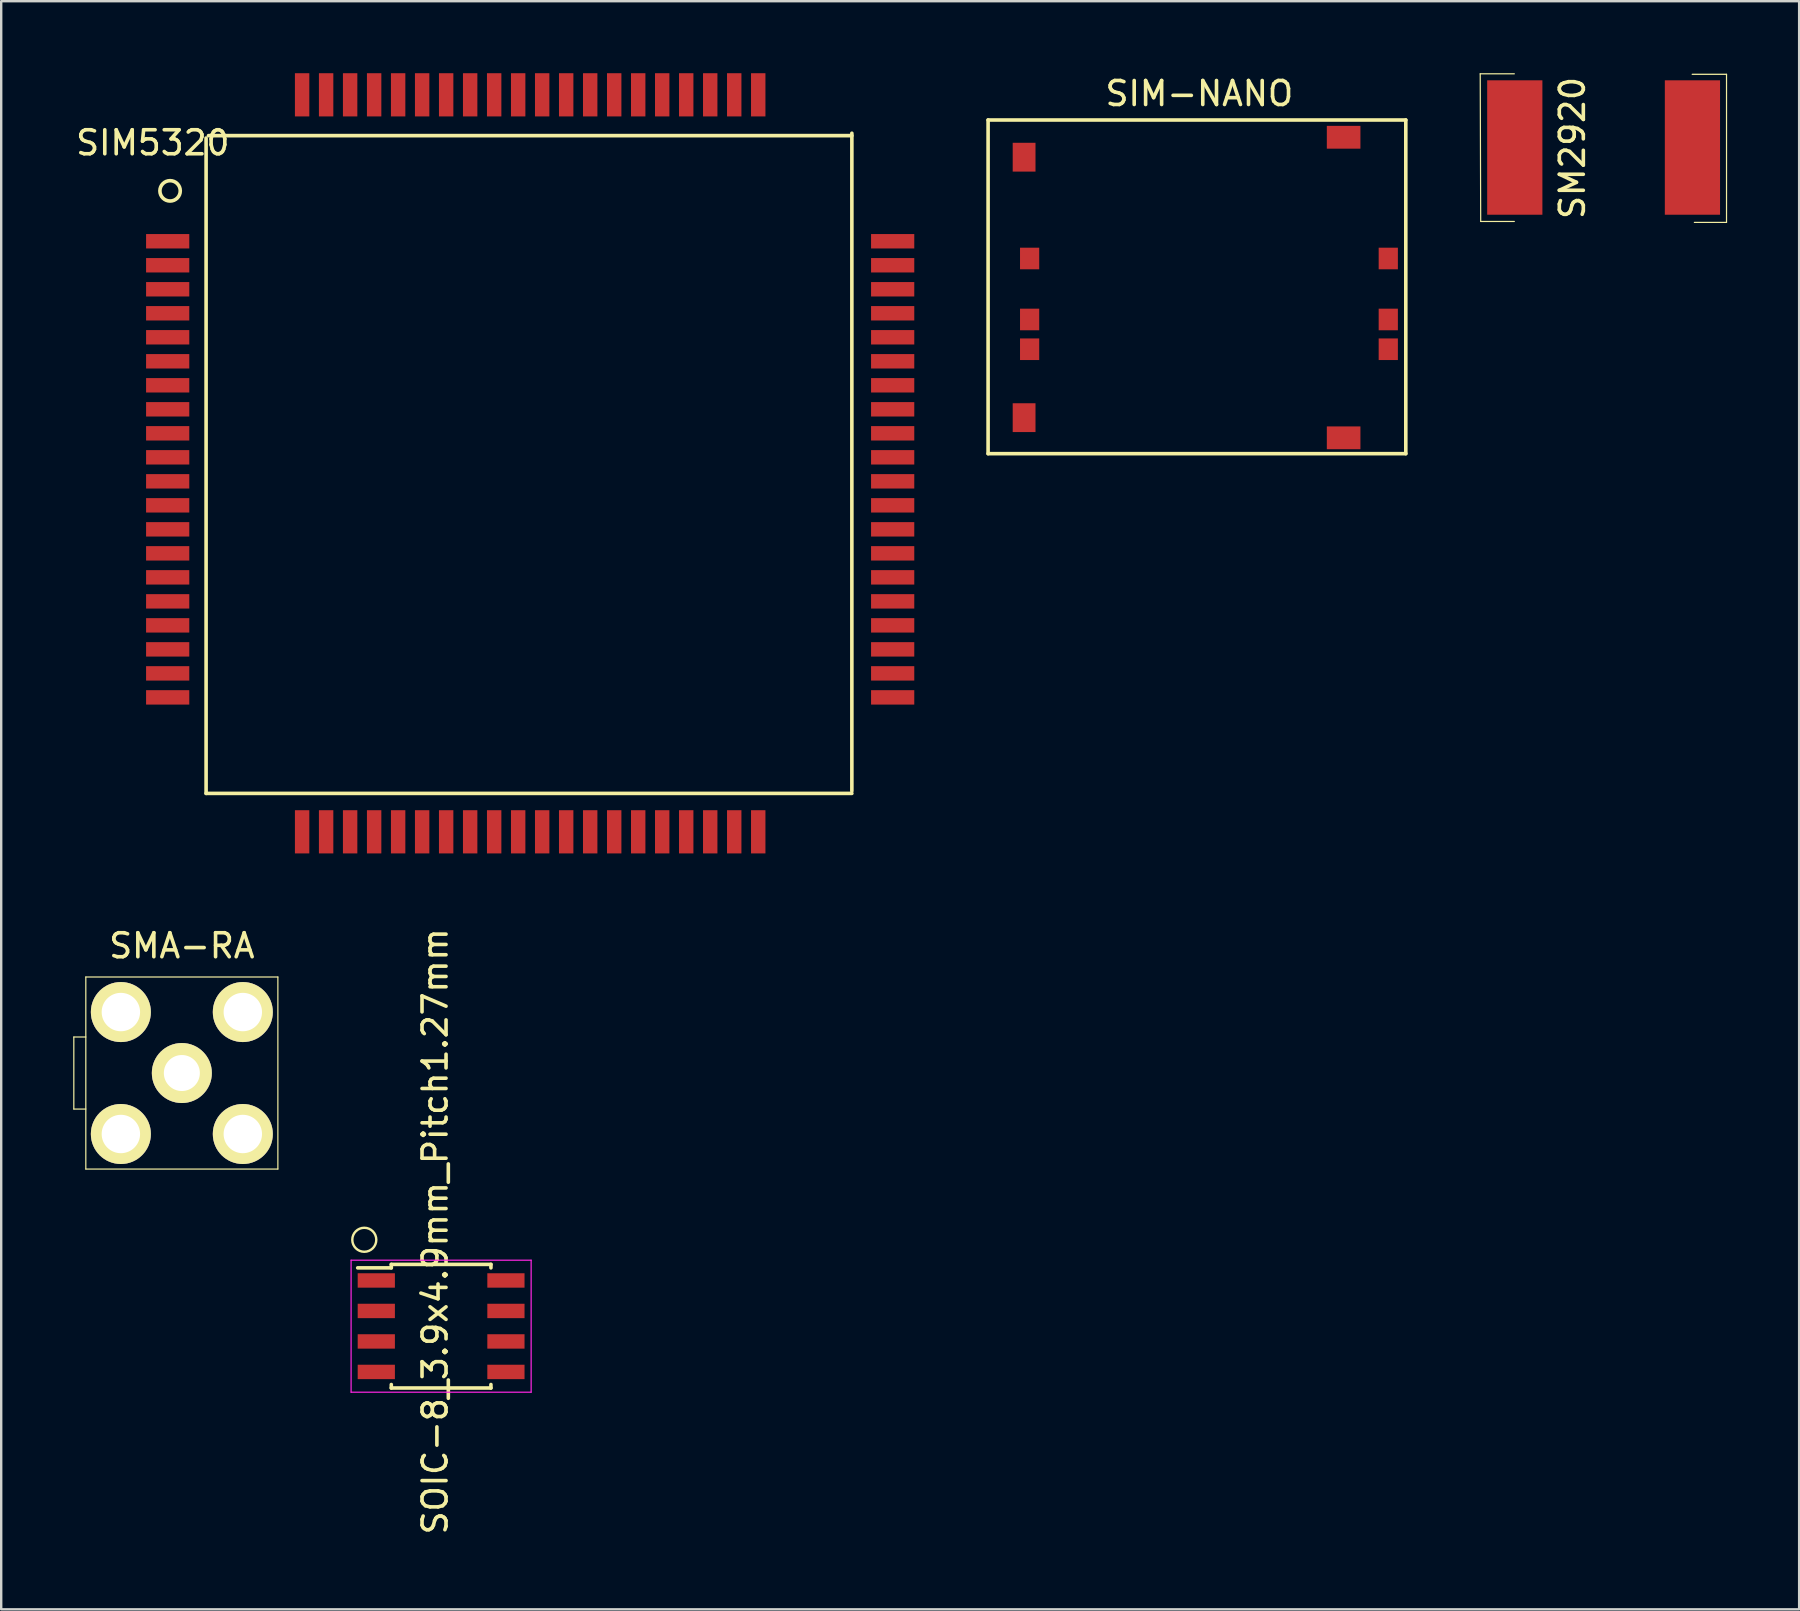
<source format=kicad_pcb>
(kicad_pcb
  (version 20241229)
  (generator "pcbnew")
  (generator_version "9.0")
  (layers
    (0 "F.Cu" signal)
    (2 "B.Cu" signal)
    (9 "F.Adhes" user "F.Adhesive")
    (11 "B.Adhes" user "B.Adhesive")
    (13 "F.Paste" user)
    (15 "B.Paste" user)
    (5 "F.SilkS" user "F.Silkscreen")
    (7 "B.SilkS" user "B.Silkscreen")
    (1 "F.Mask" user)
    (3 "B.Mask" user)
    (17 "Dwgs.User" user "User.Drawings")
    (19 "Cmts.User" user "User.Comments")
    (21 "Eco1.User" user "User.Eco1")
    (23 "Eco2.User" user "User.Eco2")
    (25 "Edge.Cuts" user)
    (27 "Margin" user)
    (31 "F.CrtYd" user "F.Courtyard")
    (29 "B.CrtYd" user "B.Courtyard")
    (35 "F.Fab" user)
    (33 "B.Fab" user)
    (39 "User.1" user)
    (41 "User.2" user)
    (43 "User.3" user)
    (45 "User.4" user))
  (footprint "SM2920"
    (layer "F.Cu")
    (at 60.05 3.095)
    (property "Reference" "SM2920" (at 2.4 0.02 90) (layer "F.SilkS") (effects (font (size 1 1) (thickness 0.15))))
    (attr through_hole)
    (fp_line (start -1.44 -3.07) (end -1.42 3.08) (stroke (width 0.05) (type solid)) (layer "F.SilkS"))
    (fp_line (start -1.42 3.08) (end -0.02 3.08) (stroke (width 0.05) (type solid)) (layer "F.SilkS"))
    (fp_line (start -0.02 -3.07) (end -1.44 -3.07) (stroke (width 0.05) (type solid)) (layer "F.SilkS"))
    (fp_line (start 7.39 -3.05) (end 8.82 -3.05) (stroke (width 0.05) (type solid)) (layer "F.SilkS"))
    (fp_line (start 8.82 -3.05) (end 8.82 3.12) (stroke (width 0.05) (type solid)) (layer "F.SilkS"))
    (fp_line (start 8.82 3.12) (end 7.48 3.12) (stroke (width 0.05) (type solid)) (layer "F.SilkS"))
    (pad "1" smd rect (at 0 0) (size 2.3 5.6) (layers "F.Cu" "F.Mask" "F.Paste"))
    (pad "2" smd rect (at 7.4 0) (size 2.3 5.6) (layers "F.Cu" "F.Mask" "F.Paste")))
  (footprint "SIM5320"
    (layer "F.Cu")
    (at 3.935 7)
    (property "Reference" "SIM5320" (at -0.62 -4.1 0) (layer "F.SilkS") (effects (font (size 1 1) (thickness 0.15))))
    (attr through_hole)
    (fp_line (start 1.6 -4.3) (end 1.6 23) (stroke (width 0.15) (type solid)) (layer "F.SilkS"))
    (fp_line (start 1.6 23) (end 28.5 23) (stroke (width 0.15) (type solid)) (layer "F.SilkS"))
    (fp_line (start 28.5 -4.4) (end 1.7 -4.4) (stroke (width 0.15) (type solid)) (layer "F.SilkS"))
    (fp_line (start 28.5 22.9) (end 28.5 -4.5) (stroke (width 0.15) (type solid)) (layer "F.SilkS"))
    (fp_circle (center 0.1 -2.1) (end 0.4 -1.8) (stroke (width 0.15) (type solid)) (fill no) (layer "F.SilkS"))
    (pad "1" smd rect (at 0 0) (size 1.8 0.6) (layers "F.Cu" "F.Mask" "F.Paste"))
    (pad "2" smd rect (at 0 1) (size 1.8 0.6) (layers "F.Cu" "F.Mask" "F.Paste"))
    (pad "3" smd rect (at 0 2) (size 1.8 0.6) (layers "F.Cu" "F.Mask" "F.Paste"))
    (pad "4" smd rect (at 0 3) (size 1.8 0.6) (layers "F.Cu" "F.Mask" "F.Paste"))
    (pad "5" smd rect (at 0 4) (size 1.8 0.6) (layers "F.Cu" "F.Mask" "F.Paste"))
    (pad "6" smd rect (at 0 5) (size 1.8 0.6) (layers "F.Cu" "F.Mask" "F.Paste"))
    (pad "7" smd rect (at 0 6) (size 1.8 0.6) (layers "F.Cu" "F.Mask" "F.Paste"))
    (pad "8" smd rect (at 0 7) (size 1.8 0.6) (layers "F.Cu" "F.Mask" "F.Paste"))
    (pad "9" smd rect (at 0 8) (size 1.8 0.6) (layers "F.Cu" "F.Mask" "F.Paste"))
    (pad "10" smd rect (at 0 9) (size 1.8 0.6) (layers "F.Cu" "F.Mask" "F.Paste"))
    (pad "11" smd rect (at 0 10) (size 1.8 0.6) (layers "F.Cu" "F.Mask" "F.Paste"))
    (pad "12" smd rect (at 0 11) (size 1.8 0.6) (layers "F.Cu" "F.Mask" "F.Paste"))
    (pad "13" smd rect (at 0 12) (size 1.8 0.6) (layers "F.Cu" "F.Mask" "F.Paste"))
    (pad "14" smd rect (at 0 13) (size 1.8 0.6) (layers "F.Cu" "F.Mask" "F.Paste"))
    (pad "15" smd rect (at 0 14) (size 1.8 0.6) (layers "F.Cu" "F.Mask" "F.Paste"))
    (pad "16" smd rect (at 0 15) (size 1.8 0.6) (layers "F.Cu" "F.Mask" "F.Paste"))
    (pad "17" smd rect (at 0 16) (size 1.8 0.6) (layers "F.Cu" "F.Mask" "F.Paste"))
    (pad "18" smd rect (at 0 17) (size 1.8 0.6) (layers "F.Cu" "F.Mask" "F.Paste"))
    (pad "19" smd rect (at 0 18) (size 1.8 0.6) (layers "F.Cu" "F.Mask" "F.Paste"))
    (pad "20" smd rect (at 0 19) (size 1.8 0.6) (layers "F.Cu" "F.Mask" "F.Paste"))
    (pad "21" smd rect (at 5.6 24.6) (size 0.6 1.8) (layers "F.Cu" "F.Mask" "F.Paste"))
    (pad "22" smd rect (at 6.6 24.6) (size 0.6 1.8) (layers "F.Cu" "F.Mask" "F.Paste"))
    (pad "23" smd rect (at 7.6 24.6) (size 0.6 1.8) (layers "F.Cu" "F.Mask" "F.Paste"))
    (pad "24" smd rect (at 8.6 24.6) (size 0.6 1.8) (layers "F.Cu" "F.Mask" "F.Paste"))
    (pad "25" smd rect (at 9.6 24.6) (size 0.6 1.8) (layers "F.Cu" "F.Mask" "F.Paste"))
    (pad "26" smd rect (at 10.6 24.6) (size 0.6 1.8) (layers "F.Cu" "F.Mask" "F.Paste"))
    (pad "27" smd rect (at 11.6 24.6) (size 0.6 1.8) (layers "F.Cu" "F.Mask" "F.Paste"))
    (pad "28" smd rect (at 12.6 24.6) (size 0.6 1.8) (layers "F.Cu" "F.Mask" "F.Paste"))
    (pad "29" smd rect (at 13.6 24.6) (size 0.6 1.8) (layers "F.Cu" "F.Mask" "F.Paste"))
    (pad "30" smd rect (at 14.6 24.6) (size 0.6 1.8) (layers "F.Cu" "F.Mask" "F.Paste"))
    (pad "31" smd rect (at 15.6 24.6) (size 0.6 1.8) (layers "F.Cu" "F.Mask" "F.Paste"))
    (pad "32" smd rect (at 16.6 24.6) (size 0.6 1.8) (layers "F.Cu" "F.Mask" "F.Paste"))
    (pad "33" smd rect (at 17.6 24.6) (size 0.6 1.8) (layers "F.Cu" "F.Mask" "F.Paste"))
    (pad "34" smd rect (at 18.6 24.6) (size 0.6 1.8) (layers "F.Cu" "F.Mask" "F.Paste"))
    (pad "35" smd rect (at 19.6 24.6) (size 0.6 1.8) (layers "F.Cu" "F.Mask" "F.Paste"))
    (pad "36" smd rect (at 20.6 24.6) (size 0.6 1.8) (layers "F.Cu" "F.Mask" "F.Paste"))
    (pad "37" smd rect (at 21.6 24.6) (size 0.6 1.8) (layers "F.Cu" "F.Mask" "F.Paste"))
    (pad "38" smd rect (at 22.6 24.6) (size 0.6 1.8) (layers "F.Cu" "F.Mask" "F.Paste"))
    (pad "39" smd rect (at 23.6 24.6) (size 0.6 1.8) (layers "F.Cu" "F.Mask" "F.Paste"))
    (pad "40" smd rect (at 24.6 24.6) (size 0.6 1.8) (layers "F.Cu" "F.Mask" "F.Paste"))
    (pad "41" smd rect (at 30.2 19) (size 1.8 0.6) (layers "F.Cu" "F.Mask" "F.Paste"))
    (pad "42" smd rect (at 30.2 18) (size 1.8 0.6) (layers "F.Cu" "F.Mask" "F.Paste"))
    (pad "43" smd rect (at 30.2 17) (size 1.8 0.6) (layers "F.Cu" "F.Mask" "F.Paste"))
    (pad "44" smd rect (at 30.2 16) (size 1.8 0.6) (layers "F.Cu" "F.Mask" "F.Paste"))
    (pad "45" smd rect (at 30.2 15) (size 1.8 0.6) (layers "F.Cu" "F.Mask" "F.Paste"))
    (pad "46" smd rect (at 30.2 14) (size 1.8 0.6) (layers "F.Cu" "F.Mask" "F.Paste"))
    (pad "47" smd rect (at 30.2 13) (size 1.8 0.6) (layers "F.Cu" "F.Mask" "F.Paste"))
    (pad "48" smd rect (at 30.2 12) (size 1.8 0.6) (layers "F.Cu" "F.Mask" "F.Paste"))
    (pad "49" smd rect (at 30.2 11) (size 1.8 0.6) (layers "F.Cu" "F.Mask" "F.Paste"))
    (pad "50" smd rect (at 30.2 10) (size 1.8 0.6) (layers "F.Cu" "F.Mask" "F.Paste"))
    (pad "51" smd rect (at 30.2 9) (size 1.8 0.6) (layers "F.Cu" "F.Mask" "F.Paste"))
    (pad "52" smd rect (at 30.2 8) (size 1.8 0.6) (layers "F.Cu" "F.Mask" "F.Paste"))
    (pad "53" smd rect (at 30.2 7) (size 1.8 0.6) (layers "F.Cu" "F.Mask" "F.Paste"))
    (pad "54" smd rect (at 30.2 6) (size 1.8 0.6) (layers "F.Cu" "F.Mask" "F.Paste"))
    (pad "55" smd rect (at 30.2 5) (size 1.8 0.6) (layers "F.Cu" "F.Mask" "F.Paste"))
    (pad "56" smd rect (at 30.2 4) (size 1.8 0.6) (layers "F.Cu" "F.Mask" "F.Paste"))
    (pad "57" smd rect (at 30.2 3) (size 1.8 0.6) (layers "F.Cu" "F.Mask" "F.Paste"))
    (pad "58" smd rect (at 30.2 2) (size 1.8 0.6) (layers "F.Cu" "F.Mask" "F.Paste"))
    (pad "59" smd rect (at 30.2 1) (size 1.8 0.6) (layers "F.Cu" "F.Mask" "F.Paste"))
    (pad "60" smd rect (at 30.2 0) (size 1.8 0.6) (layers "F.Cu" "F.Mask" "F.Paste"))
    (pad "61" smd rect (at 24.6 -6.1) (size 0.6 1.8) (layers "F.Cu" "F.Mask" "F.Paste"))
    (pad "62" smd rect (at 23.6 -6.1) (size 0.6 1.8) (layers "F.Cu" "F.Mask" "F.Paste"))
    (pad "63" smd rect (at 22.6 -6.1) (size 0.6 1.8) (layers "F.Cu" "F.Mask" "F.Paste"))
    (pad "64" smd rect (at 21.6 -6.1) (size 0.6 1.8) (layers "F.Cu" "F.Mask" "F.Paste"))
    (pad "65" smd rect (at 20.6 -6.1) (size 0.6 1.8) (layers "F.Cu" "F.Mask" "F.Paste"))
    (pad "66" smd rect (at 19.6 -6.1) (size 0.6 1.8) (layers "F.Cu" "F.Mask" "F.Paste"))
    (pad "67" smd rect (at 18.6 -6.1) (size 0.6 1.8) (layers "F.Cu" "F.Mask" "F.Paste"))
    (pad "68" smd rect (at 17.6 -6.1) (size 0.6 1.8) (layers "F.Cu" "F.Mask" "F.Paste"))
    (pad "69" smd rect (at 16.6 -6.1) (size 0.6 1.8) (layers "F.Cu" "F.Mask" "F.Paste"))
    (pad "70" smd rect (at 15.6 -6.1) (size 0.6 1.8) (layers "F.Cu" "F.Mask" "F.Paste"))
    (pad "71" smd rect (at 14.6 -6.1) (size 0.6 1.8) (layers "F.Cu" "F.Mask" "F.Paste"))
    (pad "72" smd rect (at 13.6 -6.1) (size 0.6 1.8) (layers "F.Cu" "F.Mask" "F.Paste"))
    (pad "73" smd rect (at 12.6 -6.1) (size 0.6 1.8) (layers "F.Cu" "F.Mask" "F.Paste"))
    (pad "74" smd rect (at 11.6 -6.1) (size 0.6 1.8) (layers "F.Cu" "F.Mask" "F.Paste"))
    (pad "75" smd rect (at 10.6 -6.1) (size 0.6 1.8) (layers "F.Cu" "F.Mask" "F.Paste"))
    (pad "76" smd rect (at 9.6 -6.1) (size 0.6 1.8) (layers "F.Cu" "F.Mask" "F.Paste"))
    (pad "77" smd rect (at 8.6 -6.1) (size 0.6 1.8) (layers "F.Cu" "F.Mask" "F.Paste"))
    (pad "78" smd rect (at 7.6 -6.1) (size 0.6 1.8) (layers "F.Cu" "F.Mask" "F.Paste"))
    (pad "79" smd rect (at 6.6 -6.1) (size 0.6 1.8) (layers "F.Cu" "F.Mask" "F.Paste"))
    (pad "80" smd rect (at 5.6 -6.1) (size 0.6 1.8) (layers "F.Cu" "F.Mask" "F.Paste")))
  (footprint "SOIC-8_3.9x4.9mm_Pitch1.27mm"
    (layer "F.Cu")
    (at 15.325 52.194)
    (property "Reference" "SOIC-8_3.9x4.9mm_Pitch1.27mm" (at -0.25 -3.95 270) (layer "F.SilkS") (effects (font (size 1 1) (thickness 0.15))))
    (attr smd)
    (fp_line (start -2.075 -2.575) (end -2.075 -2.43) (stroke (width 0.15) (type solid)) (layer "F.SilkS"))
    (fp_line (start -2.075 -2.575) (end 2.075 -2.575) (stroke (width 0.15) (type solid)) (layer "F.SilkS"))
    (fp_line (start -2.075 -2.43) (end -3.475 -2.43) (stroke (width 0.15) (type solid)) (layer "F.SilkS"))
    (fp_line (start -2.075 2.575) (end -2.075 2.43) (stroke (width 0.15) (type solid)) (layer "F.SilkS"))
    (fp_line (start -2.075 2.575) (end 2.075 2.575) (stroke (width 0.15) (type solid)) (layer "F.SilkS"))
    (fp_line (start 2.075 -2.575) (end 2.075 -2.43) (stroke (width 0.15) (type solid)) (layer "F.SilkS"))
    (fp_line (start 2.075 2.575) (end 2.075 2.43) (stroke (width 0.15) (type solid)) (layer "F.SilkS"))
    (fp_circle (center -3.2 -3.6) (end -2.8 -3.3) (stroke (width 0.1) (type solid)) (fill no) (layer "F.SilkS"))
    (fp_line (start -3.75 -2.75) (end -3.75 2.75) (stroke (width 0.05) (type solid)) (layer "F.CrtYd"))
    (fp_line (start -3.75 -2.75) (end 3.75 -2.75) (stroke (width 0.05) (type solid)) (layer "F.CrtYd"))
    (fp_line (start -3.75 2.75) (end 3.75 2.75) (stroke (width 0.05) (type solid)) (layer "F.CrtYd"))
    (fp_line (start 3.75 -2.75) (end 3.75 2.75) (stroke (width 0.05) (type solid)) (layer "F.CrtYd"))
    (pad "1" smd rect (at -2.7 -1.905) (size 1.55 0.6) (layers "F.Cu" "F.Mask" "F.Paste"))
    (pad "2" smd rect (at -2.7 -0.635) (size 1.55 0.6) (layers "F.Cu" "F.Mask" "F.Paste"))
    (pad "3" smd rect (at -2.7 0.635) (size 1.55 0.6) (layers "F.Cu" "F.Mask" "F.Paste"))
    (pad "4" smd rect (at -2.7 1.905) (size 1.55 0.6) (layers "F.Cu" "F.Mask" "F.Paste"))
    (pad "5" smd rect (at 2.7 1.905) (size 1.55 0.6) (layers "F.Cu" "F.Mask" "F.Paste"))
    (pad "6" smd rect (at 2.7 0.635) (size 1.55 0.6) (layers "F.Cu" "F.Mask" "F.Paste"))
    (pad "7" smd rect (at 2.7 -0.635) (size 1.55 0.6) (layers "F.Cu" "F.Mask" "F.Paste"))
    (pad "8" smd rect (at 2.7 -1.905) (size 1.55 0.6) (layers "F.Cu" "F.Mask" "F.Paste")))
  (footprint "SIM-NANO"
    (layer "F.Cu")
    (at 39.61 14.348)
    (property "Reference" "SIM-NANO" (at 7.3 -13.5 0) (layer "F.SilkS") (effects (font (size 1 1) (thickness 0.15))))
    (attr through_hole)
    (fp_line (start -1.5 -12.4) (end -1.5 1.5) (stroke (width 0.15) (type solid)) (layer "F.SilkS"))
    (fp_line (start -1.5 1.5) (end 15.9 1.5) (stroke (width 0.15) (type solid)) (layer "F.SilkS"))
    (fp_line (start 15.9 -12.4) (end -1.5 -12.4) (stroke (width 0.15) (type solid)) (layer "F.SilkS"))
    (fp_line (start 15.9 1.5) (end 15.9 -12.4) (stroke (width 0.15) (type solid)) (layer "F.SilkS"))
    (pad "C1" smd rect (at 0.23 -2.85) (size 0.8 0.9) (layers "F.Cu" "F.Mask" "F.Paste"))
    (pad "C2" smd rect (at 0.23 -4.09) (size 0.8 0.9) (layers "F.Cu" "F.Mask" "F.Paste"))
    (pad "C3" smd rect (at 0.23 -6.63) (size 0.8 0.9) (layers "F.Cu" "F.Mask" "F.Paste"))
    (pad "C5" smd rect (at 15.17 -2.85) (size 0.8 0.9) (layers "F.Cu" "F.Mask" "F.Paste"))
    (pad "C6" smd rect (at 15.17 -4.09) (size 0.8 0.9) (layers "F.Cu" "F.Mask" "F.Paste"))
    (pad "C7" smd rect (at 15.17 -6.63) (size 0.8 0.9) (layers "F.Cu" "F.Mask" "F.Paste"))
    (pad "NC" smd rect (at 0 -10.85) (size 0.95 1.2) (layers "F.Cu" "F.Mask" "F.Paste"))
    (pad "NC" smd rect (at 0 0) (size 0.95 1.2) (layers "F.Cu" "F.Mask" "F.Paste"))
    (pad "NC" smd rect (at 13.31 -11.68) (size 1.4 0.95) (layers "F.Cu" "F.Mask" "F.Paste"))
    (pad "NC" smd rect (at 13.31 0.84) (size 1.4 0.95) (layers "F.Cu" "F.Mask" "F.Paste")))
  (footprint "SMA-RA"
    (layer "F.Cu")
    (at 4.525 41.648)
    (property "Reference" "SMA-RA" (at 0 -5.3 0) (layer "F.SilkS") (effects (font (size 1 1) (thickness 0.15))))
    (attr through_hole)
    (fp_line (start -4.5 -1.5) (end -4.5 1.5) (stroke (width 0.05) (type solid)) (layer "F.SilkS"))
    (fp_line (start -4.5 1.5) (end -4 1.5) (stroke (width 0.05) (type solid)) (layer "F.SilkS"))
    (fp_line (start -4 -4) (end -4 4) (stroke (width 0.05) (type solid)) (layer "F.SilkS"))
    (fp_line (start -4 -1.5) (end -4.5 -1.5) (stroke (width 0.05) (type solid)) (layer "F.SilkS"))
    (fp_line (start -4 4) (end 4 4) (stroke (width 0.05) (type solid)) (layer "F.SilkS"))
    (fp_line (start 4 -4) (end -4 -4) (stroke (width 0.05) (type solid)) (layer "F.SilkS"))
    (fp_line (start 4 4) (end 4 -4) (stroke (width 0.05) (type solid)) (layer "F.SilkS"))
    (pad "1" thru_hole circle (at 0 0) (size 2.5 2.5) (drill 1.5) (layers "*.Cu" "*.Mask" "F.SilkS"))
    (pad "2" thru_hole circle (at -2.54 2.54) (size 2.5 2.5) (drill 1.6) (layers "*.Cu" "*.Mask" "F.SilkS"))
    (pad "3" thru_hole circle (at 2.54 2.54) (size 2.5 2.5) (drill 1.6) (layers "*.Cu" "*.Mask" "F.SilkS"))
    (pad "4" thru_hole circle (at -2.54 -2.54) (size 2.5 2.5) (drill 1.6) (layers "*.Cu" "*.Mask" "F.SilkS"))
    (pad "5" thru_hole circle (at 2.54 -2.54) (size 2.5 2.5) (drill 1.6) (layers "*.Cu" "*.Mask" "F.SilkS")))
  (gr_rect
    (start -3 -3)
    (end 71.895 63.988)
    (stroke (width 0.1) (type default))
    (fill no)
    (layer "Edge.Cuts")))
</source>
